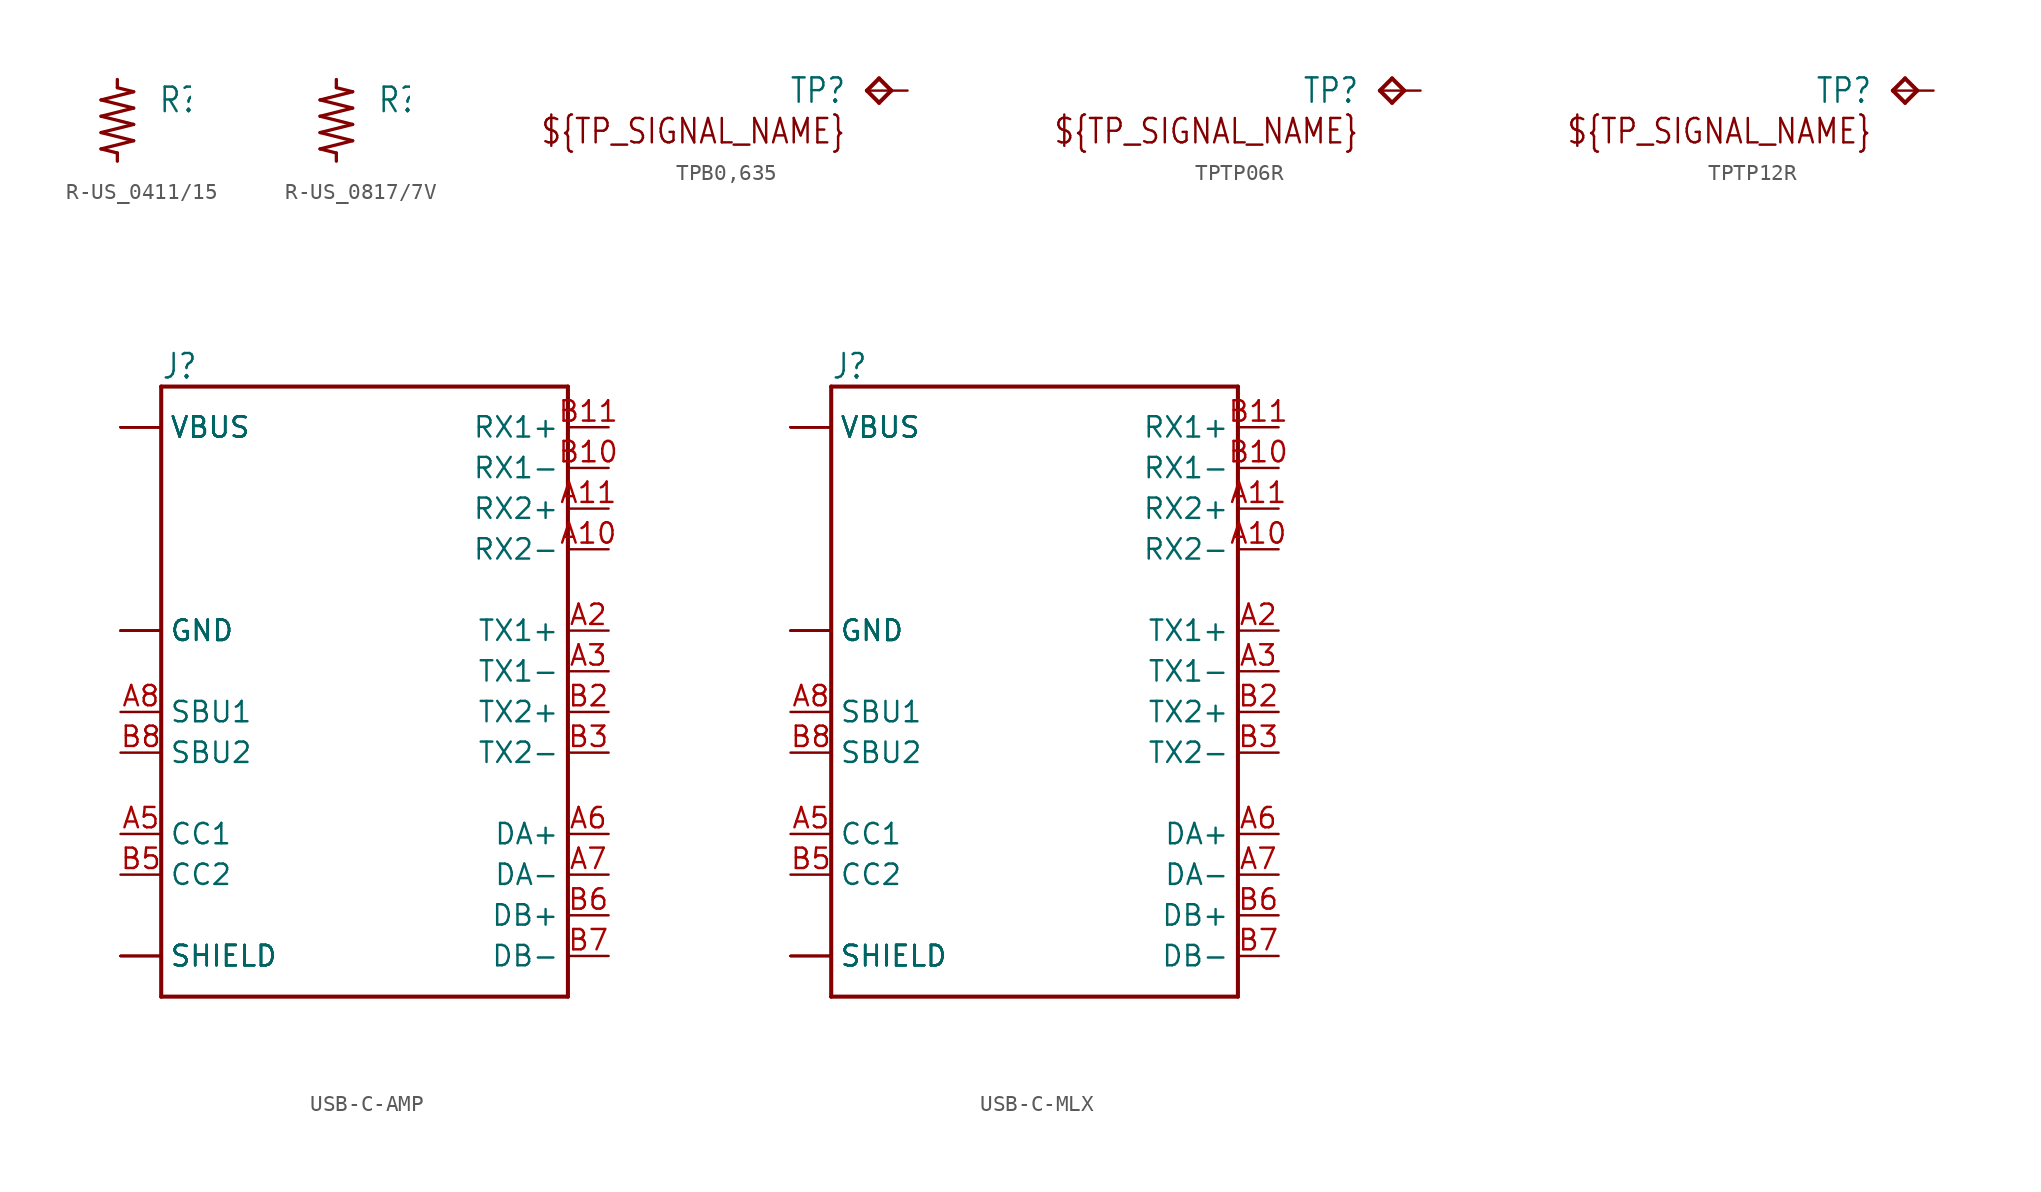
<source format=kicad_sym>
(kicad_symbol_lib
  (version 20220914)
  (generator kicad_symbol_editor)
  (symbol "R-US_0411/15"
    (property "Reference" "R"
      (at 2.54 1.27 0)
      (effects (font (size 1.524 1.295)) (justify left)))
    (property "Value" ""
      (at 2.54 -1.27 0)
      (effects (font (size 1.524 1.295)) (justify left)))
    (property "ki_locked" ""
      (at 0 0 0)
      (effects (font (size 1.27 1.27))))
    (symbol "R-US_0411/15_1_0"
      (polyline (pts (xy -1.016 -1.778) (xy 0 -2.032)) (stroke (width 0.203) (type solid)) (fill (type none)))
      (polyline (pts (xy -1.016 -0.762) (xy 1.016 -0.254)) (stroke (width 0.203) (type solid)) (fill (type none)))
      (polyline (pts (xy -1.016 0.254) (xy 1.016 0.762)) (stroke (width 0.203) (type solid)) (fill (type none)))
      (polyline (pts (xy -1.016 1.27) (xy 1.016 1.778)) (stroke (width 0.203) (type solid)) (fill (type none)))
      (polyline (pts (xy 0 -2.032) (xy 0 -2.54)) (stroke (width 0.203) (type solid)) (fill (type none)))
      (polyline (pts (xy 0 2.032) (xy 0 2.54)) (stroke (width 0.203) (type solid)) (fill (type none)))
      (polyline (pts (xy 1.016 -1.27) (xy -1.016 -1.778)) (stroke (width 0.203) (type solid)) (fill (type none)))
      (polyline (pts (xy 1.016 -1.27) (xy -1.016 -0.762)) (stroke (width 0.203) (type solid)) (fill (type none)))
      (polyline (pts (xy 1.016 -0.254) (xy -1.016 0.254)) (stroke (width 0.203) (type solid)) (fill (type none)))
      (polyline (pts (xy 1.016 0.762) (xy -1.016 1.27)) (stroke (width 0.203) (type solid)) (fill (type none)))
      (polyline (pts (xy 1.016 1.778) (xy 0 2.032)) (stroke (width 0.203) (type solid)) (fill (type none)))
      (pin passive line (at 0 -2.54 90) (length 0) (name "1" (effects (font (size 0 0)))) (number "1" (effects (font (size 0 0)))))
      (pin passive line (at 0 2.54 270) (length 0) (name "2" (effects (font (size 0 0)))) (number "2" (effects (font (size 0 0)))))))
  (symbol "R-US_0817/7V"
    (property "Reference" "R"
      (at 2.54 1.27 0)
      (effects (font (size 1.524 1.295)) (justify left)))
    (property "Value" ""
      (at 2.54 -1.27 0)
      (effects (font (size 1.524 1.295)) (justify left)))
    (property "ki_locked" ""
      (at 0 0 0)
      (effects (font (size 1.27 1.27))))
    (symbol "R-US_0817/7V_1_0"
      (polyline (pts (xy -1.016 -1.778) (xy 0 -2.032)) (stroke (width 0.203) (type solid)) (fill (type none)))
      (polyline (pts (xy -1.016 -0.762) (xy 1.016 -0.254)) (stroke (width 0.203) (type solid)) (fill (type none)))
      (polyline (pts (xy -1.016 0.254) (xy 1.016 0.762)) (stroke (width 0.203) (type solid)) (fill (type none)))
      (polyline (pts (xy -1.016 1.27) (xy 1.016 1.778)) (stroke (width 0.203) (type solid)) (fill (type none)))
      (polyline (pts (xy 0 -2.032) (xy 0 -2.54)) (stroke (width 0.203) (type solid)) (fill (type none)))
      (polyline (pts (xy 0 2.032) (xy 0 2.54)) (stroke (width 0.203) (type solid)) (fill (type none)))
      (polyline (pts (xy 1.016 -1.27) (xy -1.016 -1.778)) (stroke (width 0.203) (type solid)) (fill (type none)))
      (polyline (pts (xy 1.016 -1.27) (xy -1.016 -0.762)) (stroke (width 0.203) (type solid)) (fill (type none)))
      (polyline (pts (xy 1.016 -0.254) (xy -1.016 0.254)) (stroke (width 0.203) (type solid)) (fill (type none)))
      (polyline (pts (xy 1.016 0.762) (xy -1.016 1.27)) (stroke (width 0.203) (type solid)) (fill (type none)))
      (polyline (pts (xy 1.016 1.778) (xy 0 2.032)) (stroke (width 0.203) (type solid)) (fill (type none)))
      (pin passive line (at 0 -2.54 90) (length 0) (name "1" (effects (font (size 0 0)))) (number "1" (effects (font (size 0 0)))))
      (pin passive line (at 0 2.54 270) (length 0) (name "2" (effects (font (size 0 0)))) (number "2" (effects (font (size 0 0)))))))
  (symbol "TPB0,635"
    (property "Reference" "TP"
      (at -3.81 0 0)
      (effects (font (size 1.524 1.295)) (justify right)))
    (property "ki_locked" ""
      (at 0 0 0)
      (effects (font (size 1.27 1.27))))
    (symbol "TPB0,635_1_0"
      (polyline (pts (xy -2.54 0) (xy -1.778 0.762)) (stroke (width 0.254) (type solid)) (fill (type none)))
      (polyline (pts (xy -1.778 -0.762) (xy -2.54 0)) (stroke (width 0.254) (type solid)) (fill (type none)))
      (polyline (pts (xy -1.778 0.762) (xy -1.016 0)) (stroke (width 0.254) (type solid)) (fill (type none)))
      (polyline (pts (xy -1.016 0) (xy -1.778 -0.762)) (stroke (width 0.254) (type solid)) (fill (type none)))
      (text "${TP_SIGNAL_NAME}" (at -3.81 -2.54 0) (effects (font (size 1.524 1.295)) (justify right)))
      (pin bidirectional line (at 0 0 180) (length 2.54) (name "TP" (effects (font (size 0 0)))) (number "TP" (effects (font (size 0 0)))))))
  (symbol "TPTP06R"
    (property "Reference" "TP"
      (at -3.81 0 0)
      (effects (font (size 1.524 1.295)) (justify right)))
    (property "ki_locked" ""
      (at 0 0 0)
      (effects (font (size 1.27 1.27))))
    (symbol "TPTP06R_1_0"
      (polyline (pts (xy -2.54 0) (xy -1.778 0.762)) (stroke (width 0.254) (type solid)) (fill (type none)))
      (polyline (pts (xy -1.778 -0.762) (xy -2.54 0)) (stroke (width 0.254) (type solid)) (fill (type none)))
      (polyline (pts (xy -1.778 0.762) (xy -1.016 0)) (stroke (width 0.254) (type solid)) (fill (type none)))
      (polyline (pts (xy -1.016 0) (xy -1.778 -0.762)) (stroke (width 0.254) (type solid)) (fill (type none)))
      (text "${TP_SIGNAL_NAME}" (at -3.81 -2.54 0) (effects (font (size 1.524 1.295)) (justify right)))
      (pin bidirectional line (at 0 0 180) (length 2.54) (name "TP" (effects (font (size 0 0)))) (number "TP" (effects (font (size 0 0)))))))
  (symbol "TPTP12R"
    (property "Reference" "TP"
      (at -3.81 0 0)
      (effects (font (size 1.524 1.295)) (justify right)))
    (property "ki_locked" ""
      (at 0 0 0)
      (effects (font (size 1.27 1.27))))
    (symbol "TPTP12R_1_0"
      (polyline (pts (xy -2.54 0) (xy -1.778 0.762)) (stroke (width 0.254) (type solid)) (fill (type none)))
      (polyline (pts (xy -1.778 -0.762) (xy -2.54 0)) (stroke (width 0.254) (type solid)) (fill (type none)))
      (polyline (pts (xy -1.778 0.762) (xy -1.016 0)) (stroke (width 0.254) (type solid)) (fill (type none)))
      (polyline (pts (xy -1.016 0) (xy -1.778 -0.762)) (stroke (width 0.254) (type solid)) (fill (type none)))
      (text "${TP_SIGNAL_NAME}" (at -3.81 -2.54 0) (effects (font (size 1.524 1.295)) (justify right)))
      (pin bidirectional line (at 0 0 180) (length 2.54) (name "TP" (effects (font (size 0 0)))) (number "TP" (effects (font (size 0 0)))))))
  (symbol "USB-C-AMP"
    (property "Reference" "J"
      (at -12.7 19.05 0)
      (effects (font (size 1.524 1.295)) (justify left)))
    (property "Value" ""
      (at -12.7 -21.59 0)
      (effects (font (size 1.524 1.295)) (justify left)))
    (property "ki_locked" ""
      (at 0 0 0)
      (effects (font (size 1.27 1.27))))
    (symbol "USB-C-AMP_1_0"
      (polyline (pts (xy -12.7 -20.32) (xy 12.7 -20.32)) (stroke (width 0.254) (type solid)) (fill (type none)))
      (polyline (pts (xy -12.7 17.78) (xy -12.7 -20.32)) (stroke (width 0.254) (type solid)) (fill (type none)))
      (polyline (pts (xy 12.7 -20.32) (xy 12.7 17.78)) (stroke (width 0.254) (type solid)) (fill (type none)))
      (polyline (pts (xy 12.7 17.78) (xy -12.7 17.78)) (stroke (width 0.254) (type solid)) (fill (type none)))
      (pin passive line (at -15.24 2.54 0) (length 2.54) (name "GND" (effects (font (size 1.27 1.27)))) (number "A1" (effects (font (size 0 0)))))
      (pin passive line (at 15.24 7.62 180) (length 2.54) (name "RX2-" (effects (font (size 1.27 1.27)))) (number "A10" (effects (font (size 1.27 1.27)))))
      (pin passive line (at 15.24 10.16 180) (length 2.54) (name "RX2+" (effects (font (size 1.27 1.27)))) (number "A11" (effects (font (size 1.27 1.27)))))
      (pin passive line (at -15.24 2.54 0) (length 2.54) (name "GND" (effects (font (size 1.27 1.27)))) (number "A12" (effects (font (size 0 0)))))
      (pin passive line (at 15.24 2.54 180) (length 2.54) (name "TX1+" (effects (font (size 1.27 1.27)))) (number "A2" (effects (font (size 1.27 1.27)))))
      (pin passive line (at 15.24 0 180) (length 2.54) (name "TX1-" (effects (font (size 1.27 1.27)))) (number "A3" (effects (font (size 1.27 1.27)))))
      (pin passive line (at -15.24 15.24 0) (length 2.54) (name "VBUS" (effects (font (size 1.27 1.27)))) (number "A4" (effects (font (size 0 0)))))
      (pin passive line (at -15.24 -10.16 0) (length 2.54) (name "CC1" (effects (font (size 1.27 1.27)))) (number "A5" (effects (font (size 1.27 1.27)))))
      (pin passive line (at 15.24 -10.16 180) (length 2.54) (name "DA+" (effects (font (size 1.27 1.27)))) (number "A6" (effects (font (size 1.27 1.27)))))
      (pin passive line (at 15.24 -12.7 180) (length 2.54) (name "DA-" (effects (font (size 1.27 1.27)))) (number "A7" (effects (font (size 1.27 1.27)))))
      (pin passive line (at -15.24 -2.54 0) (length 2.54) (name "SBU1" (effects (font (size 1.27 1.27)))) (number "A8" (effects (font (size 1.27 1.27)))))
      (pin passive line (at -15.24 15.24 0) (length 2.54) (name "VBUS" (effects (font (size 1.27 1.27)))) (number "A9" (effects (font (size 0 0)))))
      (pin passive line (at -15.24 2.54 0) (length 2.54) (name "GND" (effects (font (size 1.27 1.27)))) (number "B1" (effects (font (size 0 0)))))
      (pin passive line (at 15.24 12.7 180) (length 2.54) (name "RX1-" (effects (font (size 1.27 1.27)))) (number "B10" (effects (font (size 1.27 1.27)))))
      (pin passive line (at 15.24 15.24 180) (length 2.54) (name "RX1+" (effects (font (size 1.27 1.27)))) (number "B11" (effects (font (size 1.27 1.27)))))
      (pin passive line (at -15.24 2.54 0) (length 2.54) (name "GND" (effects (font (size 1.27 1.27)))) (number "B12" (effects (font (size 0 0)))))
      (pin passive line (at 15.24 -2.54 180) (length 2.54) (name "TX2+" (effects (font (size 1.27 1.27)))) (number "B2" (effects (font (size 1.27 1.27)))))
      (pin passive line (at 15.24 -5.08 180) (length 2.54) (name "TX2-" (effects (font (size 1.27 1.27)))) (number "B3" (effects (font (size 1.27 1.27)))))
      (pin passive line (at -15.24 15.24 0) (length 2.54) (name "VBUS" (effects (font (size 1.27 1.27)))) (number "B4" (effects (font (size 0 0)))))
      (pin passive line (at -15.24 -12.7 0) (length 2.54) (name "CC2" (effects (font (size 1.27 1.27)))) (number "B5" (effects (font (size 1.27 1.27)))))
      (pin passive line (at 15.24 -15.24 180) (length 2.54) (name "DB+" (effects (font (size 1.27 1.27)))) (number "B6" (effects (font (size 1.27 1.27)))))
      (pin passive line (at 15.24 -17.78 180) (length 2.54) (name "DB-" (effects (font (size 1.27 1.27)))) (number "B7" (effects (font (size 1.27 1.27)))))
      (pin passive line (at -15.24 -5.08 0) (length 2.54) (name "SBU2" (effects (font (size 1.27 1.27)))) (number "B8" (effects (font (size 1.27 1.27)))))
      (pin passive line (at -15.24 15.24 0) (length 2.54) (name "VBUS" (effects (font (size 1.27 1.27)))) (number "B9" (effects (font (size 0 0)))))
      (pin passive line (at -15.24 -17.78 0) (length 2.54) (name "SHIELD" (effects (font (size 1.27 1.27)))) (number "S1" (effects (font (size 0 0)))))
      (pin passive line (at -15.24 -17.78 0) (length 2.54) (name "SHIELD" (effects (font (size 1.27 1.27)))) (number "S2" (effects (font (size 0 0)))))
      (pin passive line (at -15.24 -17.78 0) (length 2.54) (name "SHIELD" (effects (font (size 1.27 1.27)))) (number "S3" (effects (font (size 0 0)))))
      (pin passive line (at -15.24 -17.78 0) (length 2.54) (name "SHIELD" (effects (font (size 1.27 1.27)))) (number "S4" (effects (font (size 0 0)))))))
  (symbol "USB-C-MLX"
    (property "Reference" "J"
      (at -12.7 19.05 0)
      (effects (font (size 1.524 1.295)) (justify left)))
    (property "Value" ""
      (at -12.7 -21.59 0)
      (effects (font (size 1.524 1.295)) (justify left)))
    (property "ki_locked" ""
      (at 0 0 0)
      (effects (font (size 1.27 1.27))))
    (symbol "USB-C-MLX_1_0"
      (polyline (pts (xy -12.7 -20.32) (xy 12.7 -20.32)) (stroke (width 0.254) (type solid)) (fill (type none)))
      (polyline (pts (xy -12.7 17.78) (xy -12.7 -20.32)) (stroke (width 0.254) (type solid)) (fill (type none)))
      (polyline (pts (xy 12.7 -20.32) (xy 12.7 17.78)) (stroke (width 0.254) (type solid)) (fill (type none)))
      (polyline (pts (xy 12.7 17.78) (xy -12.7 17.78)) (stroke (width 0.254) (type solid)) (fill (type none)))
      (pin passive line (at -15.24 2.54 0) (length 2.54) (name "GND" (effects (font (size 1.27 1.27)))) (number "A1" (effects (font (size 0 0)))))
      (pin passive line (at 15.24 7.62 180) (length 2.54) (name "RX2-" (effects (font (size 1.27 1.27)))) (number "A10" (effects (font (size 1.27 1.27)))))
      (pin passive line (at 15.24 10.16 180) (length 2.54) (name "RX2+" (effects (font (size 1.27 1.27)))) (number "A11" (effects (font (size 1.27 1.27)))))
      (pin passive line (at -15.24 2.54 0) (length 2.54) (name "GND" (effects (font (size 1.27 1.27)))) (number "A12" (effects (font (size 0 0)))))
      (pin passive line (at 15.24 2.54 180) (length 2.54) (name "TX1+" (effects (font (size 1.27 1.27)))) (number "A2" (effects (font (size 1.27 1.27)))))
      (pin passive line (at 15.24 0 180) (length 2.54) (name "TX1-" (effects (font (size 1.27 1.27)))) (number "A3" (effects (font (size 1.27 1.27)))))
      (pin passive line (at -15.24 15.24 0) (length 2.54) (name "VBUS" (effects (font (size 1.27 1.27)))) (number "A4" (effects (font (size 0 0)))))
      (pin passive line (at -15.24 -10.16 0) (length 2.54) (name "CC1" (effects (font (size 1.27 1.27)))) (number "A5" (effects (font (size 1.27 1.27)))))
      (pin passive line (at 15.24 -10.16 180) (length 2.54) (name "DA+" (effects (font (size 1.27 1.27)))) (number "A6" (effects (font (size 1.27 1.27)))))
      (pin passive line (at 15.24 -12.7 180) (length 2.54) (name "DA-" (effects (font (size 1.27 1.27)))) (number "A7" (effects (font (size 1.27 1.27)))))
      (pin passive line (at -15.24 -2.54 0) (length 2.54) (name "SBU1" (effects (font (size 1.27 1.27)))) (number "A8" (effects (font (size 1.27 1.27)))))
      (pin passive line (at -15.24 15.24 0) (length 2.54) (name "VBUS" (effects (font (size 1.27 1.27)))) (number "A9" (effects (font (size 0 0)))))
      (pin passive line (at -15.24 2.54 0) (length 2.54) (name "GND" (effects (font (size 1.27 1.27)))) (number "B1" (effects (font (size 0 0)))))
      (pin passive line (at 15.24 12.7 180) (length 2.54) (name "RX1-" (effects (font (size 1.27 1.27)))) (number "B10" (effects (font (size 1.27 1.27)))))
      (pin passive line (at 15.24 15.24 180) (length 2.54) (name "RX1+" (effects (font (size 1.27 1.27)))) (number "B11" (effects (font (size 1.27 1.27)))))
      (pin passive line (at -15.24 2.54 0) (length 2.54) (name "GND" (effects (font (size 1.27 1.27)))) (number "B12" (effects (font (size 0 0)))))
      (pin passive line (at 15.24 -2.54 180) (length 2.54) (name "TX2+" (effects (font (size 1.27 1.27)))) (number "B2" (effects (font (size 1.27 1.27)))))
      (pin passive line (at 15.24 -5.08 180) (length 2.54) (name "TX2-" (effects (font (size 1.27 1.27)))) (number "B3" (effects (font (size 1.27 1.27)))))
      (pin passive line (at -15.24 15.24 0) (length 2.54) (name "VBUS" (effects (font (size 1.27 1.27)))) (number "B4" (effects (font (size 0 0)))))
      (pin passive line (at -15.24 -12.7 0) (length 2.54) (name "CC2" (effects (font (size 1.27 1.27)))) (number "B5" (effects (font (size 1.27 1.27)))))
      (pin passive line (at 15.24 -15.24 180) (length 2.54) (name "DB+" (effects (font (size 1.27 1.27)))) (number "B6" (effects (font (size 1.27 1.27)))))
      (pin passive line (at 15.24 -17.78 180) (length 2.54) (name "DB-" (effects (font (size 1.27 1.27)))) (number "B7" (effects (font (size 1.27 1.27)))))
      (pin passive line (at -15.24 -5.08 0) (length 2.54) (name "SBU2" (effects (font (size 1.27 1.27)))) (number "B8" (effects (font (size 1.27 1.27)))))
      (pin passive line (at -15.24 15.24 0) (length 2.54) (name "VBUS" (effects (font (size 1.27 1.27)))) (number "B9" (effects (font (size 0 0)))))
      (pin passive line (at -15.24 -17.78 0) (length 2.54) (name "SHIELD" (effects (font (size 1.27 1.27)))) (number "S1" (effects (font (size 0 0)))))
      (pin passive line (at -15.24 -17.78 0) (length 2.54) (name "SHIELD" (effects (font (size 1.27 1.27)))) (number "S2" (effects (font (size 0 0)))))
      (pin passive line (at -15.24 -17.78 0) (length 2.54) (name "SHIELD" (effects (font (size 1.27 1.27)))) (number "S3" (effects (font (size 0 0)))))
      (pin passive line (at -15.24 -17.78 0) (length 2.54) (name "SHIELD" (effects (font (size 1.27 1.27)))) (number "S4" (effects (font (size 0 0))))))))
</source>
